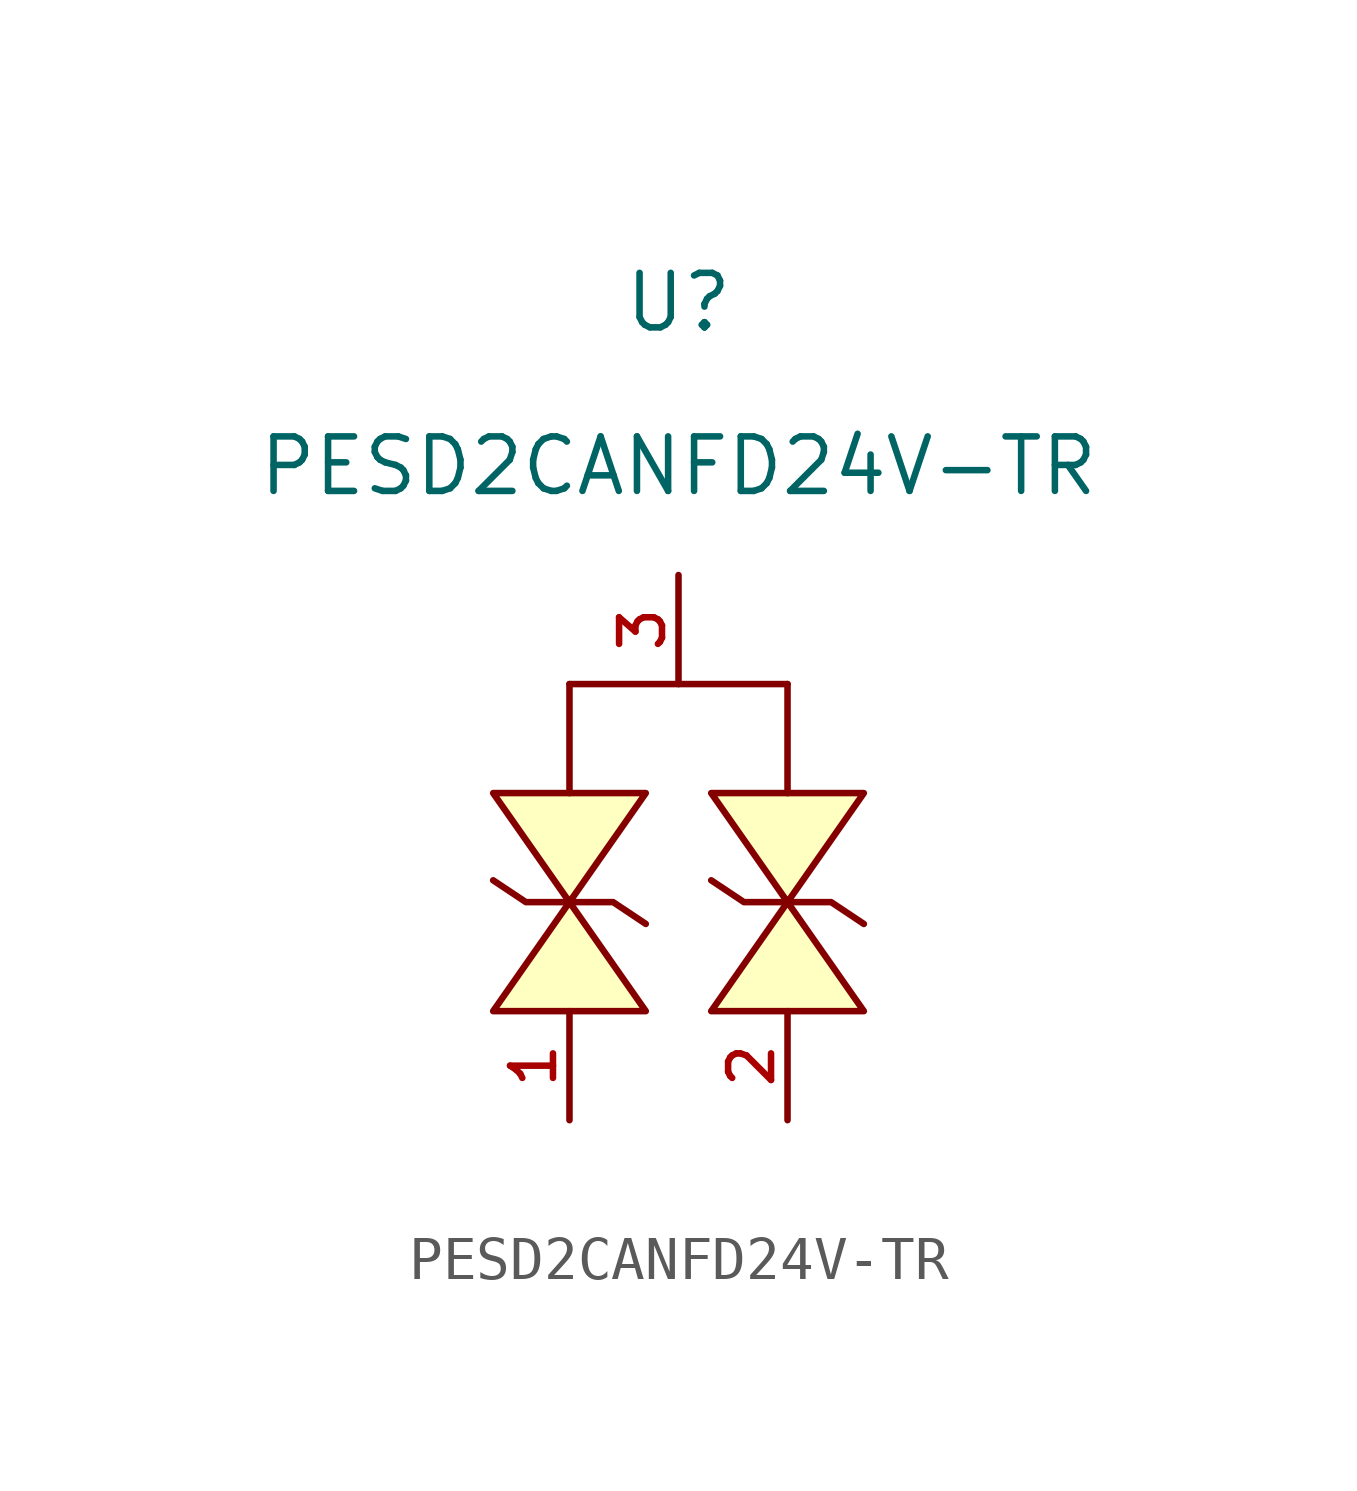
<source format=kicad_sym>
(kicad_symbol_lib
  (version 20210201)
  (generator TousstNicolas/JLC2KiCad_lib)
  (symbol "PESD2CANFD24V-TR"
    (pin_names hide)
    (property "Reference" "U"
      (at 0 1.27 0)
      (effects (font (size 1.27 1.27))))
    (property "Value" "PESD2CANFD24V-TR"
      (at 0 -2.54 0)
      (effects (font (size 1.27 1.27))))
    (symbol "PESD2CANFD24V-TR_0_1"
      (polyline (pts (xy -0.762 -15.24) (xy -2.54 -12.7) (xy -4.318 -15.24) (xy -0.762 -15.24)) (stroke (width 0) (type default) (color 0 0 0 0)) (fill (type background)))
      (pin unspecified line (at 0.0 -5.08 270) (length 2.54) (name "3" (effects (font (size 1 1)))) (number "3" (effects (font (size 1 1)))))
      (pin unspecified line (at -2.54 -17.78 90) (length 2.54) (name "1" (effects (font (size 1 1)))) (number "1" (effects (font (size 1 1)))))
      (polyline (pts (xy -2.54 -7.62) (xy -2.54 -10.16)) (stroke (width 0) (type default) (color 0 0 0 0)) (fill (type none)))
      (polyline (pts (xy -4.318 -12.192) (xy -3.556 -12.7) (xy -1.524 -12.7) (xy -0.762 -13.208)) (stroke (width 0) (type default) (color 0 0 0 0)) (fill (type none)))
      (polyline (pts (xy -4.318 -10.16) (xy -2.54 -12.7) (xy -0.762 -10.16) (xy -4.318 -10.16)) (stroke (width 0) (type default) (color 0 0 0 0)) (fill (type background)))
      (polyline (pts (xy 4.318 -15.24) (xy 2.54 -12.7) (xy 0.762 -15.24) (xy 4.318 -15.24)) (stroke (width 0) (type default) (color 0 0 0 0)) (fill (type background)))
      (pin unspecified line (at 2.54 -17.78 90) (length 2.54) (name "2" (effects (font (size 1 1)))) (number "2" (effects (font (size 1 1)))))
      (polyline (pts (xy 2.54 -7.62) (xy 2.54 -10.16)) (stroke (width 0) (type default) (color 0 0 0 0)) (fill (type none)))
      (polyline (pts (xy 0.762 -12.192) (xy 1.524 -12.7) (xy 3.556 -12.7) (xy 4.318 -13.208)) (stroke (width 0) (type default) (color 0 0 0 0)) (fill (type none)))
      (polyline (pts (xy 0.762 -10.16) (xy 2.54 -12.7) (xy 4.318 -10.16) (xy 0.762 -10.16)) (stroke (width 0) (type default) (color 0 0 0 0)) (fill (type background)))
      (polyline (pts (xy -2.54 -7.62) (xy 2.54 -7.62)) (stroke (width 0) (type default) (color 0 0 0 0)) (fill (type none))))))
</source>
